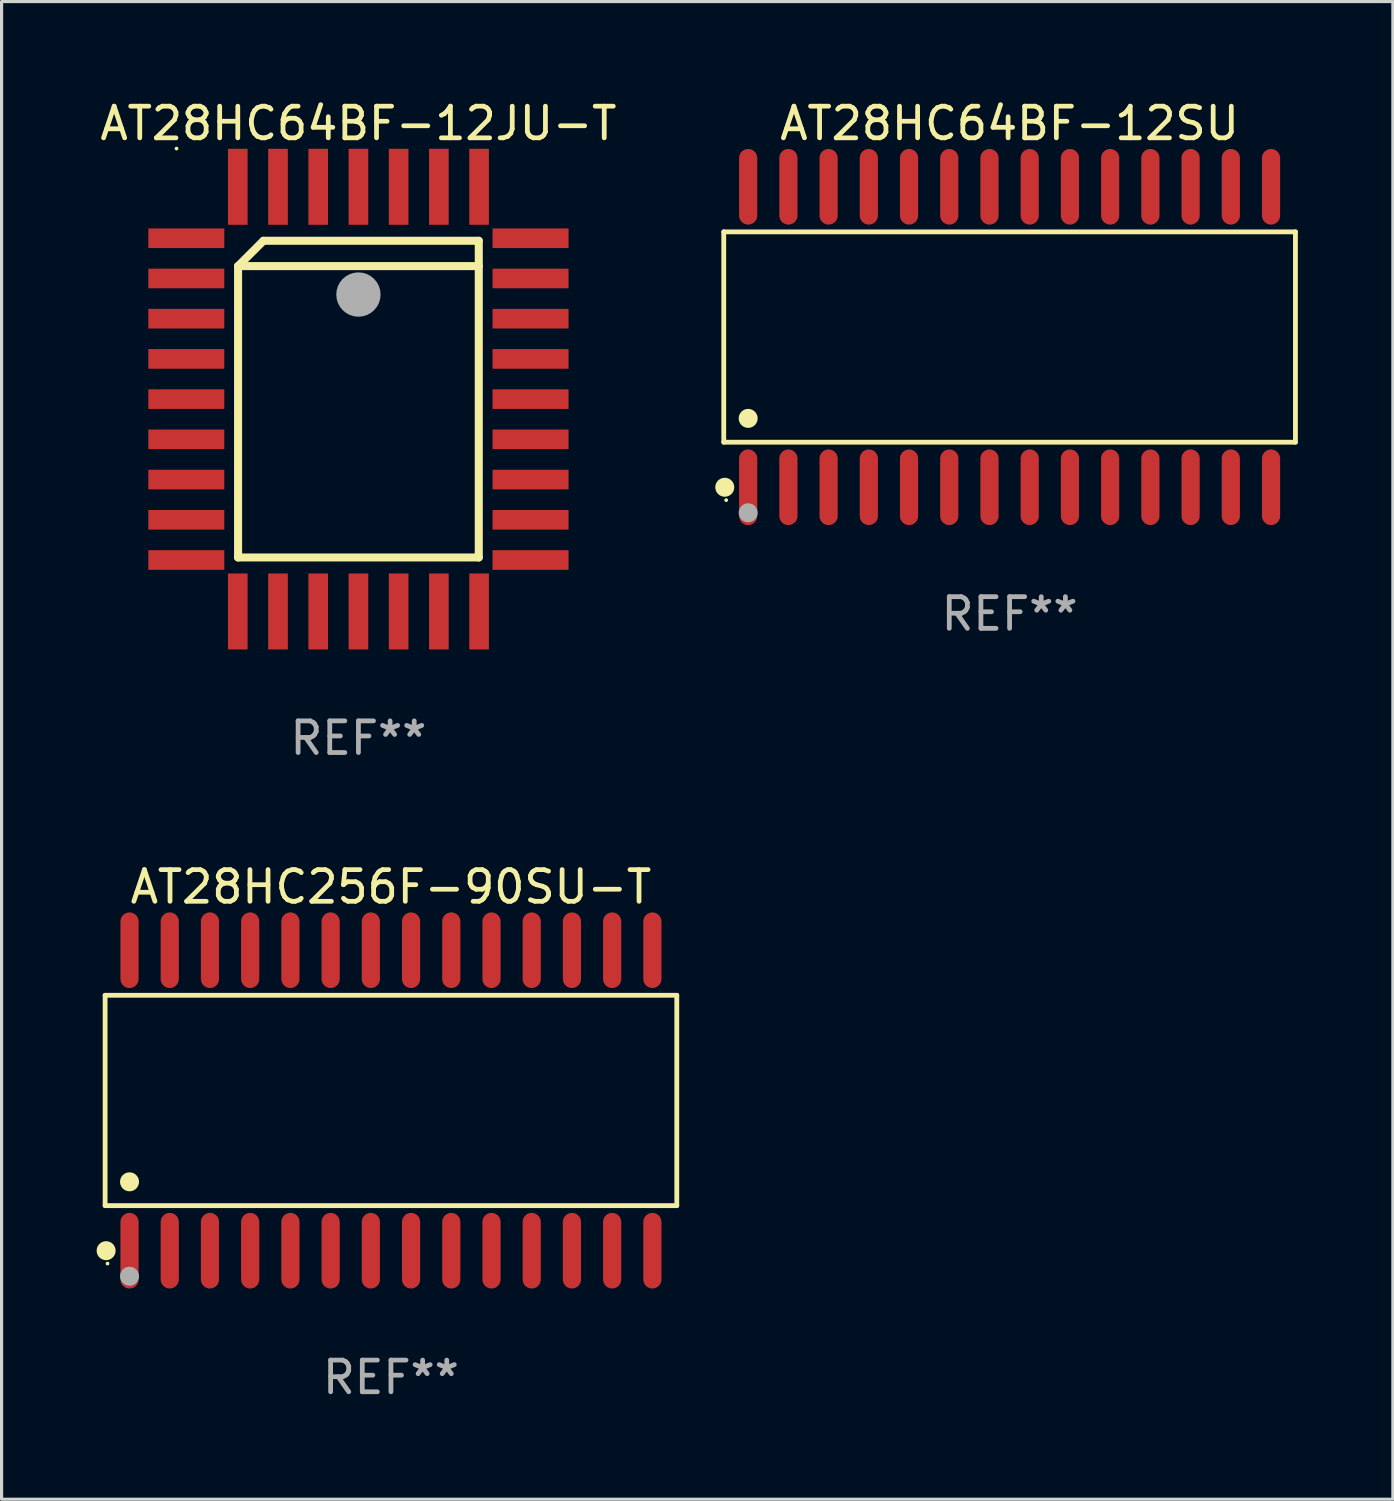
<source format=kicad_pcb>
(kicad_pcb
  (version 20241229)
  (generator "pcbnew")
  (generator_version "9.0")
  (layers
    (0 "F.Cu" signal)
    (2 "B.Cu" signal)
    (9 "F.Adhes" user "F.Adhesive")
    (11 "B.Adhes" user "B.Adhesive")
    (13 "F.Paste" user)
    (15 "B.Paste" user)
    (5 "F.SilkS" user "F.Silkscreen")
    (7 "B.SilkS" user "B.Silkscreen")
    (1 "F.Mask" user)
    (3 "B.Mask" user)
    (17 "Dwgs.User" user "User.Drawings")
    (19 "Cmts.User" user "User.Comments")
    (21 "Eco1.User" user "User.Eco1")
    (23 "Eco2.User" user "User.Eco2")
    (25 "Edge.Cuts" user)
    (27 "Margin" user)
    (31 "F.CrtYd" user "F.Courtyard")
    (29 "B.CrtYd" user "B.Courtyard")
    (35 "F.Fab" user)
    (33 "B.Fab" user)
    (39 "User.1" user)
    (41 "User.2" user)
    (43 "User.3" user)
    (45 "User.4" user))
  (footprint "AT28HC64BF-12JU-T"
    (layer "F.Cu")
    (at 8.268 9.553)
    (property "Reference" "AT28HC64BF-12JU-T" (at 0 -8.705 0) (layer "F.SilkS") (effects (font (size 1 1) (thickness 0.15))))
    (attr through_hole)
    (fp_line (start -3.8 -4.2) (end -3 -5) (stroke (width 0.254) (type solid)) (layer "F.SilkS"))
    (fp_line (start -3.8 -4.2) (end 3.8 -4.2) (stroke (width 0.254) (type solid)) (layer "F.SilkS"))
    (fp_line (start -3.8 5) (end -3.8 -4.2) (stroke (width 0.254) (type solid)) (layer "F.SilkS"))
    (fp_line (start -3 -5) (end 3.8 -5) (stroke (width 0.254) (type solid)) (layer "F.SilkS"))
    (fp_line (start 3.8 -5) (end 3.8 5) (stroke (width 0.254) (type solid)) (layer "F.SilkS"))
    (fp_line (start 3.8 5) (end -3.8 5) (stroke (width 0.254) (type solid)) (layer "F.SilkS"))
    (fp_arc (start 0.299721 -3.294387) (mid 0.29971 -3.296927) (end 0.299721 -3.299467) (stroke (width 0.6) (type solid)) (layer "F.SilkS"))
    (fp_circle (center -5.744 -7.913) (end -5.714 -7.913) (stroke (width 0.06) (type solid)) (fill no) (layer "F.SilkS"))
    (fp_circle (center 0 -3.302) (end 0.35 -3.302) (stroke (width 0.7) (type solid)) (fill no) (layer "F.Fab"))
    (fp_text user "REF**" (at 0 10.705 0) (layer "F.Fab") (effects (font (size 1 1) (thickness 0.15))))
    (pad "1" smd rect (at 0 -6.705 180) (size 0.62 2.4) (layers "F.Cu" "F.Mask" "F.Paste"))
    (pad "2" smd rect (at -1.27 -6.705 180) (size 0.62 2.4) (layers "F.Cu" "F.Mask" "F.Paste"))
    (pad "3" smd rect (at -2.54 -6.705 180) (size 0.62 2.4) (layers "F.Cu" "F.Mask" "F.Paste"))
    (pad "4" smd rect (at -3.81 -6.705 180) (size 0.62 2.4) (layers "F.Cu" "F.Mask" "F.Paste"))
    (pad "5" smd rect (at -5.435 -5.08 270) (size 0.62 2.4) (layers "F.Cu" "F.Mask" "F.Paste"))
    (pad "6" smd rect (at -5.435 -3.81 270) (size 0.62 2.4) (layers "F.Cu" "F.Mask" "F.Paste"))
    (pad "7" smd rect (at -5.435 -2.54 270) (size 0.62 2.4) (layers "F.Cu" "F.Mask" "F.Paste"))
    (pad "8" smd rect (at -5.435 -1.27 270) (size 0.62 2.4) (layers "F.Cu" "F.Mask" "F.Paste"))
    (pad "9" smd rect (at -5.435 0 270) (size 0.62 2.4) (layers "F.Cu" "F.Mask" "F.Paste"))
    (pad "10" smd rect (at -5.435 1.27 270) (size 0.62 2.4) (layers "F.Cu" "F.Mask" "F.Paste"))
    (pad "11" smd rect (at -5.435 2.54 270) (size 0.62 2.4) (layers "F.Cu" "F.Mask" "F.Paste"))
    (pad "12" smd rect (at -5.435 3.81 270) (size 0.62 2.4) (layers "F.Cu" "F.Mask" "F.Paste"))
    (pad "13" smd rect (at -5.435 5.08 270) (size 0.62 2.4) (layers "F.Cu" "F.Mask" "F.Paste"))
    (pad "14" smd rect (at -3.81 6.705) (size 0.62 2.4) (layers "F.Cu" "F.Mask" "F.Paste"))
    (pad "15" smd rect (at -2.54 6.705) (size 0.62 2.4) (layers "F.Cu" "F.Mask" "F.Paste"))
    (pad "16" smd rect (at -1.27 6.705) (size 0.62 2.4) (layers "F.Cu" "F.Mask" "F.Paste"))
    (pad "17" smd rect (at 0 6.705) (size 0.62 2.4) (layers "F.Cu" "F.Mask" "F.Paste"))
    (pad "18" smd rect (at 1.27 6.705) (size 0.62 2.4) (layers "F.Cu" "F.Mask" "F.Paste"))
    (pad "19" smd rect (at 2.54 6.705) (size 0.62 2.4) (layers "F.Cu" "F.Mask" "F.Paste"))
    (pad "20" smd rect (at 3.81 6.705) (size 0.62 2.4) (layers "F.Cu" "F.Mask" "F.Paste"))
    (pad "21" smd rect (at 5.435 5.08 90) (size 0.62 2.4) (layers "F.Cu" "F.Mask" "F.Paste"))
    (pad "22" smd rect (at 5.435 3.81 90) (size 0.62 2.4) (layers "F.Cu" "F.Mask" "F.Paste"))
    (pad "23" smd rect (at 5.435 2.54 90) (size 0.62 2.4) (layers "F.Cu" "F.Mask" "F.Paste"))
    (pad "24" smd rect (at 5.435 1.27 90) (size 0.62 2.4) (layers "F.Cu" "F.Mask" "F.Paste"))
    (pad "25" smd rect (at 5.435 0 90) (size 0.62 2.4) (layers "F.Cu" "F.Mask" "F.Paste"))
    (pad "26" smd rect (at 5.435 -1.27 90) (size 0.62 2.4) (layers "F.Cu" "F.Mask" "F.Paste"))
    (pad "27" smd rect (at 5.435 -2.54 90) (size 0.62 2.4) (layers "F.Cu" "F.Mask" "F.Paste"))
    (pad "28" smd rect (at 5.435 -3.81 90) (size 0.62 2.4) (layers "F.Cu" "F.Mask" "F.Paste"))
    (pad "29" smd rect (at 5.435 -5.08 90) (size 0.62 2.4) (layers "F.Cu" "F.Mask" "F.Paste"))
    (pad "30" smd rect (at 3.81 -6.705) (size 0.62 2.4) (layers "F.Cu" "F.Mask" "F.Paste"))
    (pad "31" smd rect (at 2.54 -6.705) (size 0.62 2.4) (layers "F.Cu" "F.Mask" "F.Paste"))
    (pad "32" smd rect (at 1.27 -6.705) (size 0.62 2.4) (layers "F.Cu" "F.Mask" "F.Paste")))
  (footprint "AT28HC256F-90SU-T"
    (layer "F.Cu")
    (at 9.295 31.699)
    (property "Reference" "AT28HC256F-90SU-T" (at 0 -6.744 0) (layer "F.SilkS") (effects (font (size 1 1) (thickness 0.15))))
    (attr through_hole)
    (fp_line (start -9.026 -3.321) (end 9.026 -3.321) (stroke (width 0.152) (type solid)) (layer "F.SilkS"))
    (fp_line (start -9.026 3.321) (end -9.026 -3.321) (stroke (width 0.152) (type solid)) (layer "F.SilkS"))
    (fp_line (start 9.026 -3.321) (end 9.026 3.321) (stroke (width 0.152) (type solid)) (layer "F.SilkS"))
    (fp_line (start 9.026 3.321) (end -9.026 3.321) (stroke (width 0.152) (type solid)) (layer "F.SilkS"))
    (fp_circle (center -8.994 4.744) (end -8.844 4.744) (stroke (width 0.3) (type solid)) (fill no) (layer "F.SilkS"))
    (fp_circle (center -8.95 5.15) (end -8.92 5.15) (stroke (width 0.06) (type solid)) (fill no) (layer "F.SilkS"))
    (fp_circle (center -8.255 2.569) (end -8.105 2.569) (stroke (width 0.3) (type solid)) (fill no) (layer "F.SilkS"))
    (fp_circle (center -8.255 5.55) (end -8.105 5.55) (stroke (width 0.3) (type solid)) (fill no) (layer "F.Fab"))
    (fp_text user "REF**" (at 0 8.744 0) (layer "F.Fab") (effects (font (size 1 1) (thickness 0.15))))
    (pad "1" smd oval (at -8.255 4.744) (size 0.574 2.388) (layers "F.Cu" "F.Mask" "F.Paste"))
    (pad "2" smd oval (at -6.985 4.744) (size 0.574 2.388) (layers "F.Cu" "F.Mask" "F.Paste"))
    (pad "3" smd oval (at -5.715 4.744) (size 0.574 2.388) (layers "F.Cu" "F.Mask" "F.Paste"))
    (pad "4" smd oval (at -4.445 4.744) (size 0.574 2.388) (layers "F.Cu" "F.Mask" "F.Paste"))
    (pad "5" smd oval (at -3.175 4.744) (size 0.574 2.388) (layers "F.Cu" "F.Mask" "F.Paste"))
    (pad "6" smd oval (at -1.905 4.744) (size 0.574 2.388) (layers "F.Cu" "F.Mask" "F.Paste"))
    (pad "7" smd oval (at -0.635 4.744) (size 0.574 2.388) (layers "F.Cu" "F.Mask" "F.Paste"))
    (pad "8" smd oval (at 0.635 4.744) (size 0.574 2.388) (layers "F.Cu" "F.Mask" "F.Paste"))
    (pad "9" smd oval (at 1.905 4.744) (size 0.574 2.388) (layers "F.Cu" "F.Mask" "F.Paste"))
    (pad "10" smd oval (at 3.175 4.744) (size 0.574 2.388) (layers "F.Cu" "F.Mask" "F.Paste"))
    (pad "11" smd oval (at 4.445 4.744) (size 0.574 2.388) (layers "F.Cu" "F.Mask" "F.Paste"))
    (pad "12" smd oval (at 5.715 4.744) (size 0.574 2.388) (layers "F.Cu" "F.Mask" "F.Paste"))
    (pad "13" smd oval (at 6.985 4.744) (size 0.574 2.388) (layers "F.Cu" "F.Mask" "F.Paste"))
    (pad "14" smd oval (at 8.255 4.744) (size 0.574 2.388) (layers "F.Cu" "F.Mask" "F.Paste"))
    (pad "15" smd oval (at 8.255 -4.744) (size 0.574 2.388) (layers "F.Cu" "F.Mask" "F.Paste"))
    (pad "16" smd oval (at 6.985 -4.744) (size 0.574 2.388) (layers "F.Cu" "F.Mask" "F.Paste"))
    (pad "17" smd oval (at 5.715 -4.744) (size 0.574 2.388) (layers "F.Cu" "F.Mask" "F.Paste"))
    (pad "18" smd oval (at 4.445 -4.744) (size 0.574 2.388) (layers "F.Cu" "F.Mask" "F.Paste"))
    (pad "19" smd oval (at 3.175 -4.744) (size 0.574 2.388) (layers "F.Cu" "F.Mask" "F.Paste"))
    (pad "20" smd oval (at 1.905 -4.744) (size 0.574 2.388) (layers "F.Cu" "F.Mask" "F.Paste"))
    (pad "21" smd oval (at 0.635 -4.744) (size 0.574 2.388) (layers "F.Cu" "F.Mask" "F.Paste"))
    (pad "22" smd oval (at -0.635 -4.744) (size 0.574 2.388) (layers "F.Cu" "F.Mask" "F.Paste"))
    (pad "23" smd oval (at -1.905 -4.744) (size 0.574 2.388) (layers "F.Cu" "F.Mask" "F.Paste"))
    (pad "24" smd oval (at -3.175 -4.744) (size 0.574 2.388) (layers "F.Cu" "F.Mask" "F.Paste"))
    (pad "25" smd oval (at -4.445 -4.744) (size 0.574 2.388) (layers "F.Cu" "F.Mask" "F.Paste"))
    (pad "26" smd oval (at -5.715 -4.744) (size 0.574 2.388) (layers "F.Cu" "F.Mask" "F.Paste"))
    (pad "27" smd oval (at -6.985 -4.744) (size 0.574 2.388) (layers "F.Cu" "F.Mask" "F.Paste"))
    (pad "28" smd oval (at -8.255 -4.744) (size 0.574 2.388) (layers "F.Cu" "F.Mask" "F.Paste")))
  (footprint "AT28HC64BF-12SU"
    (layer "F.Cu")
    (at 28.83 7.592)
    (property "Reference" "AT28HC64BF-12SU" (at 0 -6.744 0) (layer "F.SilkS") (effects (font (size 1 1) (thickness 0.15))))
    (attr through_hole)
    (fp_line (start -9.026 -3.321) (end 9.026 -3.321) (stroke (width 0.152) (type solid)) (layer "F.SilkS"))
    (fp_line (start -9.026 3.321) (end -9.026 -3.321) (stroke (width 0.152) (type solid)) (layer "F.SilkS"))
    (fp_line (start 9.026 -3.321) (end 9.026 3.321) (stroke (width 0.152) (type solid)) (layer "F.SilkS"))
    (fp_line (start 9.026 3.321) (end -9.026 3.321) (stroke (width 0.152) (type solid)) (layer "F.SilkS"))
    (fp_circle (center -8.994 4.744) (end -8.844 4.744) (stroke (width 0.3) (type solid)) (fill no) (layer "F.SilkS"))
    (fp_circle (center -8.95 5.15) (end -8.92 5.15) (stroke (width 0.06) (type solid)) (fill no) (layer "F.SilkS"))
    (fp_circle (center -8.255 2.569) (end -8.105 2.569) (stroke (width 0.3) (type solid)) (fill no) (layer "F.SilkS"))
    (fp_circle (center -8.255 5.55) (end -8.105 5.55) (stroke (width 0.3) (type solid)) (fill no) (layer "F.Fab"))
    (fp_text user "REF**" (at 0 8.744 0) (layer "F.Fab") (effects (font (size 1 1) (thickness 0.15))))
    (pad "1" smd oval (at -8.255 4.744) (size 0.574 2.388) (layers "F.Cu" "F.Mask" "F.Paste"))
    (pad "2" smd oval (at -6.985 4.744) (size 0.574 2.388) (layers "F.Cu" "F.Mask" "F.Paste"))
    (pad "3" smd oval (at -5.715 4.744) (size 0.574 2.388) (layers "F.Cu" "F.Mask" "F.Paste"))
    (pad "4" smd oval (at -4.445 4.744) (size 0.574 2.388) (layers "F.Cu" "F.Mask" "F.Paste"))
    (pad "5" smd oval (at -3.175 4.744) (size 0.574 2.388) (layers "F.Cu" "F.Mask" "F.Paste"))
    (pad "6" smd oval (at -1.905 4.744) (size 0.574 2.388) (layers "F.Cu" "F.Mask" "F.Paste"))
    (pad "7" smd oval (at -0.635 4.744) (size 0.574 2.388) (layers "F.Cu" "F.Mask" "F.Paste"))
    (pad "8" smd oval (at 0.635 4.744) (size 0.574 2.388) (layers "F.Cu" "F.Mask" "F.Paste"))
    (pad "9" smd oval (at 1.905 4.744) (size 0.574 2.388) (layers "F.Cu" "F.Mask" "F.Paste"))
    (pad "10" smd oval (at 3.175 4.744) (size 0.574 2.388) (layers "F.Cu" "F.Mask" "F.Paste"))
    (pad "11" smd oval (at 4.445 4.744) (size 0.574 2.388) (layers "F.Cu" "F.Mask" "F.Paste"))
    (pad "12" smd oval (at 5.715 4.744) (size 0.574 2.388) (layers "F.Cu" "F.Mask" "F.Paste"))
    (pad "13" smd oval (at 6.985 4.744) (size 0.574 2.388) (layers "F.Cu" "F.Mask" "F.Paste"))
    (pad "14" smd oval (at 8.255 4.744) (size 0.574 2.388) (layers "F.Cu" "F.Mask" "F.Paste"))
    (pad "15" smd oval (at 8.255 -4.744) (size 0.574 2.388) (layers "F.Cu" "F.Mask" "F.Paste"))
    (pad "16" smd oval (at 6.985 -4.744) (size 0.574 2.388) (layers "F.Cu" "F.Mask" "F.Paste"))
    (pad "17" smd oval (at 5.715 -4.744) (size 0.574 2.388) (layers "F.Cu" "F.Mask" "F.Paste"))
    (pad "18" smd oval (at 4.445 -4.744) (size 0.574 2.388) (layers "F.Cu" "F.Mask" "F.Paste"))
    (pad "19" smd oval (at 3.175 -4.744) (size 0.574 2.388) (layers "F.Cu" "F.Mask" "F.Paste"))
    (pad "20" smd oval (at 1.905 -4.744) (size 0.574 2.388) (layers "F.Cu" "F.Mask" "F.Paste"))
    (pad "21" smd oval (at 0.635 -4.744) (size 0.574 2.388) (layers "F.Cu" "F.Mask" "F.Paste"))
    (pad "22" smd oval (at -0.635 -4.744) (size 0.574 2.388) (layers "F.Cu" "F.Mask" "F.Paste"))
    (pad "23" smd oval (at -1.905 -4.744) (size 0.574 2.388) (layers "F.Cu" "F.Mask" "F.Paste"))
    (pad "24" smd oval (at -3.175 -4.744) (size 0.574 2.388) (layers "F.Cu" "F.Mask" "F.Paste"))
    (pad "25" smd oval (at -4.445 -4.744) (size 0.574 2.388) (layers "F.Cu" "F.Mask" "F.Paste"))
    (pad "26" smd oval (at -5.715 -4.744) (size 0.574 2.388) (layers "F.Cu" "F.Mask" "F.Paste"))
    (pad "27" smd oval (at -6.985 -4.744) (size 0.574 2.388) (layers "F.Cu" "F.Mask" "F.Paste"))
    (pad "28" smd oval (at -8.255 -4.744) (size 0.574 2.388) (layers "F.Cu" "F.Mask" "F.Paste")))
  (gr_rect
    (start -3 -3)
    (end 40.933 44.291)
    (stroke (width 0.1) (type default))
    (fill no)
    (layer "Edge.Cuts")))
</source>
